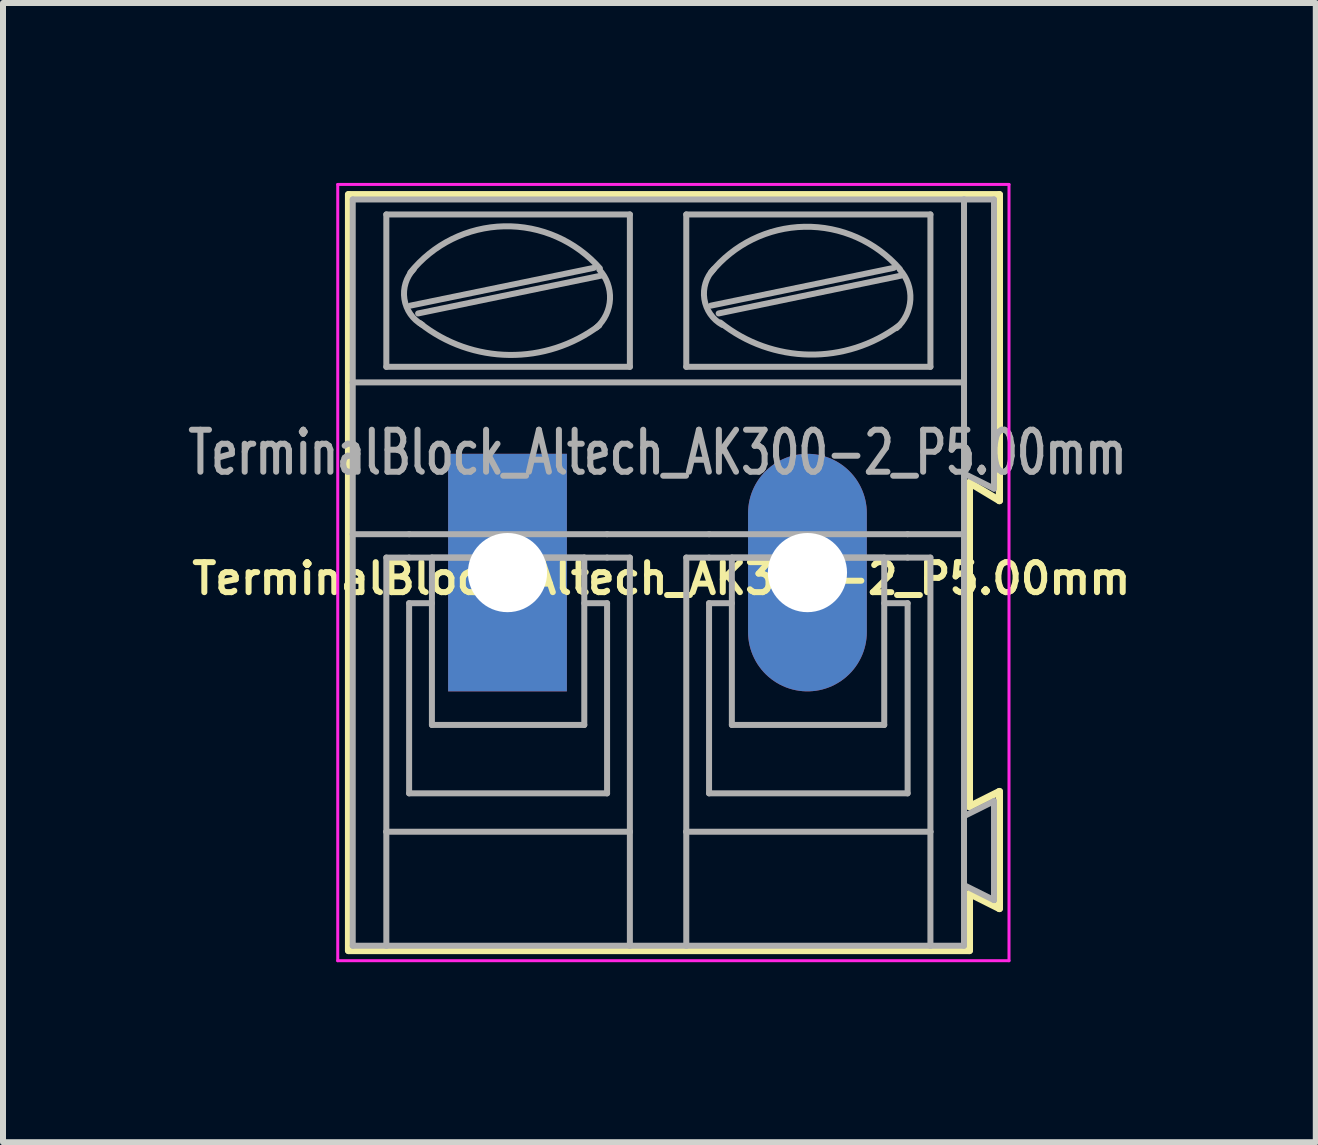
<source format=kicad_pcb>
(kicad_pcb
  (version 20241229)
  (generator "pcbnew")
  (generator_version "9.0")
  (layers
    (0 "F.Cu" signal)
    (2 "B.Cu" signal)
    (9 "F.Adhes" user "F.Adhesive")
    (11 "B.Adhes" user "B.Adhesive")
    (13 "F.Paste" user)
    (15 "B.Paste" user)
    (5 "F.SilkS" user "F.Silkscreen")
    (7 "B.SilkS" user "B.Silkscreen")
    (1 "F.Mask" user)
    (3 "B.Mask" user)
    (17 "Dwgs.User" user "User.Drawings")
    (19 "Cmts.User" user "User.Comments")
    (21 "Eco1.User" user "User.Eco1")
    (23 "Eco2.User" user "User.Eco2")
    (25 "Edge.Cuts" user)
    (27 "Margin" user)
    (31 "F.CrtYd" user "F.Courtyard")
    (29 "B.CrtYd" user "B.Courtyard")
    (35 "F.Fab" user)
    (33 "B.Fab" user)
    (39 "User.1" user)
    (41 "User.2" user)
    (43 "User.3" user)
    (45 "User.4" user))
  (footprint "TerminalBlock_Altech_AK300-2_P5.00mm"
    (layer "F.Cu")
    (at 5.41 6.495)
    (property "Reference" "TerminalBlock_Altech_AK300-2_P5.00mm" (at 2.565 0.1 0) (layer "F.SilkS") (effects (font (size 0.5 0.5) (thickness 0.1))))
    (attr through_hole)
    (fp_line (start -2.65 -6.3) (end -2.65 6.3) (stroke (width 0.12) (type solid)) (layer "F.SilkS"))
    (fp_line (start -2.65 6.3) (end 7.7 6.3) (stroke (width 0.12) (type solid)) (layer "F.SilkS"))
    (fp_line (start 7.7 -1.5) (end 8.2 -1.2) (stroke (width 0.12) (type solid)) (layer "F.SilkS"))
    (fp_line (start 7.7 3.9) (end 7.7 -1.5) (stroke (width 0.12) (type solid)) (layer "F.SilkS"))
    (fp_line (start 7.7 5.35) (end 8.2 5.6) (stroke (width 0.12) (type solid)) (layer "F.SilkS"))
    (fp_line (start 7.7 6.3) (end 7.7 5.35) (stroke (width 0.12) (type solid)) (layer "F.SilkS"))
    (fp_line (start 8.2 -6.3) (end -2.65 -6.3) (stroke (width 0.12) (type solid)) (layer "F.SilkS"))
    (fp_line (start 8.2 -1.2) (end 8.2 -6.3) (stroke (width 0.12) (type solid)) (layer "F.SilkS"))
    (fp_line (start 8.2 3.65) (end 7.7 3.9) (stroke (width 0.12) (type solid)) (layer "F.SilkS"))
    (fp_line (start 8.2 3.7) (end 8.2 3.65) (stroke (width 0.12) (type solid)) (layer "F.SilkS"))
    (fp_line (start 8.2 5.6) (end 8.2 3.7) (stroke (width 0.12) (type solid)) (layer "F.SilkS"))
    (fp_line (start -2.83 -6.47) (end -2.83 6.47) (stroke (width 0.05) (type solid)) (layer "F.CrtYd"))
    (fp_line (start -2.83 -6.47) (end 8.36 -6.47) (stroke (width 0.05) (type solid)) (layer "F.CrtYd"))
    (fp_line (start 8.36 6.47) (end -2.83 6.47) (stroke (width 0.05) (type solid)) (layer "F.CrtYd"))
    (fp_line (start 8.36 6.47) (end 8.36 -6.47) (stroke (width 0.05) (type solid)) (layer "F.CrtYd"))
    (fp_line (start -2.58 -3.17) (end -2.58 -6.22) (stroke (width 0.1) (type solid)) (layer "F.Fab"))
    (fp_line (start -2.58 -3.17) (end 7.61 -3.17) (stroke (width 0.1) (type solid)) (layer "F.Fab"))
    (fp_line (start -2.58 -0.64) (end -2.58 -3.17) (stroke (width 0.1) (type solid)) (layer "F.Fab"))
    (fp_line (start -2.58 -0.64) (end -1.64 -0.64) (stroke (width 0.1) (type solid)) (layer "F.Fab"))
    (fp_line (start -2.58 6.22) (end -2.58 -0.64) (stroke (width 0.1) (type solid)) (layer "F.Fab"))
    (fp_line (start -2.58 6.22) (end -2.02 6.22) (stroke (width 0.1) (type solid)) (layer "F.Fab"))
    (fp_line (start -2.02 -3.43) (end -2.02 -5.97) (stroke (width 0.1) (type solid)) (layer "F.Fab"))
    (fp_line (start -2.02 -0.25) (end -2.02 4.32) (stroke (width 0.1) (type solid)) (layer "F.Fab"))
    (fp_line (start -2.02 -0.25) (end -1.64 -0.25) (stroke (width 0.1) (type solid)) (layer "F.Fab"))
    (fp_line (start -2.02 4.32) (end -2.02 6.22) (stroke (width 0.1) (type solid)) (layer "F.Fab"))
    (fp_line (start -2.02 6.22) (end 2.04 6.22) (stroke (width 0.1) (type solid)) (layer "F.Fab"))
    (fp_line (start -1.64 -0.64) (end 1.66 -0.64) (stroke (width 0.1) (type solid)) (layer "F.Fab"))
    (fp_line (start -1.64 0.51) (end -1.26 0.51) (stroke (width 0.1) (type solid)) (layer "F.Fab"))
    (fp_line (start -1.64 3.68) (end -1.64 0.51) (stroke (width 0.1) (type solid)) (layer "F.Fab"))
    (fp_line (start -1.62 -4.45) (end 1.44 -5.08) (stroke (width 0.1) (type solid)) (layer "F.Fab"))
    (fp_line (start -1.49 -4.32) (end 1.56 -4.95) (stroke (width 0.1) (type solid)) (layer "F.Fab"))
    (fp_line (start -1.26 -0.25) (end 1.28 -0.25) (stroke (width 0.1) (type solid)) (layer "F.Fab"))
    (fp_line (start -1.26 2.54) (end -1.26 -0.25) (stroke (width 0.1) (type solid)) (layer "F.Fab"))
    (fp_line (start -1.26 2.54) (end 1.28 2.54) (stroke (width 0.1) (type solid)) (layer "F.Fab"))
    (fp_line (start 1.28 2.54) (end 1.28 -0.25) (stroke (width 0.1) (type solid)) (layer "F.Fab"))
    (fp_line (start 1.66 -0.64) (end 3.36 -0.64) (stroke (width 0.1) (type solid)) (layer "F.Fab"))
    (fp_line (start 1.66 -0.25) (end -1.64 -0.25) (stroke (width 0.1) (type solid)) (layer "F.Fab"))
    (fp_line (start 1.66 0.51) (end 1.28 0.51) (stroke (width 0.1) (type solid)) (layer "F.Fab"))
    (fp_line (start 1.66 3.68) (end -1.64 3.68) (stroke (width 0.1) (type solid)) (layer "F.Fab"))
    (fp_line (start 1.66 3.68) (end 1.66 0.51) (stroke (width 0.1) (type solid)) (layer "F.Fab"))
    (fp_line (start 2.04 -5.97) (end -2.02 -5.97) (stroke (width 0.1) (type solid)) (layer "F.Fab"))
    (fp_line (start 2.04 -3.43) (end -2.02 -3.43) (stroke (width 0.1) (type solid)) (layer "F.Fab"))
    (fp_line (start 2.04 -3.43) (end 2.04 -5.97) (stroke (width 0.1) (type solid)) (layer "F.Fab"))
    (fp_line (start 2.04 -0.25) (end 1.66 -0.25) (stroke (width 0.1) (type solid)) (layer "F.Fab"))
    (fp_line (start 2.04 4.32) (end -2.02 4.32) (stroke (width 0.1) (type solid)) (layer "F.Fab"))
    (fp_line (start 2.04 4.32) (end 2.04 -0.25) (stroke (width 0.1) (type solid)) (layer "F.Fab"))
    (fp_line (start 2.04 6.22) (end 2.04 4.32) (stroke (width 0.1) (type solid)) (layer "F.Fab"))
    (fp_line (start 2.04 6.22) (end 2.98 6.22) (stroke (width 0.1) (type solid)) (layer "F.Fab"))
    (fp_line (start 2.98 -5.97) (end 7.05 -5.97) (stroke (width 0.1) (type solid)) (layer "F.Fab"))
    (fp_line (start 2.98 -3.43) (end 2.98 -5.97) (stroke (width 0.1) (type solid)) (layer "F.Fab"))
    (fp_line (start 2.98 -0.25) (end 3.36 -0.25) (stroke (width 0.1) (type solid)) (layer "F.Fab"))
    (fp_line (start 2.98 4.32) (end 2.98 -0.25) (stroke (width 0.1) (type solid)) (layer "F.Fab"))
    (fp_line (start 2.98 4.32) (end 7.05 4.32) (stroke (width 0.1) (type solid)) (layer "F.Fab"))
    (fp_line (start 2.98 6.22) (end 2.98 4.32) (stroke (width 0.1) (type solid)) (layer "F.Fab"))
    (fp_line (start 2.98 6.22) (end 7.05 6.22) (stroke (width 0.1) (type solid)) (layer "F.Fab"))
    (fp_line (start 3.36 -0.25) (end 6.67 -0.25) (stroke (width 0.1) (type solid)) (layer "F.Fab"))
    (fp_line (start 3.36 0.51) (end 3.74 0.51) (stroke (width 0.1) (type solid)) (layer "F.Fab"))
    (fp_line (start 3.36 3.68) (end 3.36 0.51) (stroke (width 0.1) (type solid)) (layer "F.Fab"))
    (fp_line (start 3.39 -4.45) (end 6.44 -5.08) (stroke (width 0.1) (type solid)) (layer "F.Fab"))
    (fp_line (start 3.52 -4.32) (end 6.56 -4.95) (stroke (width 0.1) (type solid)) (layer "F.Fab"))
    (fp_line (start 3.74 -0.25) (end 6.28 -0.25) (stroke (width 0.1) (type solid)) (layer "F.Fab"))
    (fp_line (start 3.74 2.54) (end 3.74 -0.25) (stroke (width 0.1) (type solid)) (layer "F.Fab"))
    (fp_line (start 3.74 2.54) (end 6.28 2.54) (stroke (width 0.1) (type solid)) (layer "F.Fab"))
    (fp_line (start 6.28 2.54) (end 6.28 -0.25) (stroke (width 0.1) (type solid)) (layer "F.Fab"))
    (fp_line (start 6.67 -0.64) (end 3.36 -0.64) (stroke (width 0.1) (type solid)) (layer "F.Fab"))
    (fp_line (start 6.67 0.51) (end 6.28 0.51) (stroke (width 0.1) (type solid)) (layer "F.Fab"))
    (fp_line (start 6.67 3.68) (end 3.36 3.68) (stroke (width 0.1) (type solid)) (layer "F.Fab"))
    (fp_line (start 6.67 3.68) (end 6.67 0.51) (stroke (width 0.1) (type solid)) (layer "F.Fab"))
    (fp_line (start 7.05 -5.97) (end 7.05 -3.43) (stroke (width 0.1) (type solid)) (layer "F.Fab"))
    (fp_line (start 7.05 -3.43) (end 2.98 -3.43) (stroke (width 0.1) (type solid)) (layer "F.Fab"))
    (fp_line (start 7.05 -0.25) (end 6.67 -0.25) (stroke (width 0.1) (type solid)) (layer "F.Fab"))
    (fp_line (start 7.05 -0.25) (end 7.05 4.32) (stroke (width 0.1) (type solid)) (layer "F.Fab"))
    (fp_line (start 7.05 4.32) (end 7.05 6.22) (stroke (width 0.1) (type solid)) (layer "F.Fab"))
    (fp_line (start 7.05 6.22) (end 7.61 6.22) (stroke (width 0.1) (type solid)) (layer "F.Fab"))
    (fp_line (start 7.61 -6.22) (end -2.58 -6.22) (stroke (width 0.1) (type solid)) (layer "F.Fab"))
    (fp_line (start 7.61 -6.22) (end 7.61 -3.17) (stroke (width 0.1) (type solid)) (layer "F.Fab"))
    (fp_line (start 7.61 -6.22) (end 8.11 -6.22) (stroke (width 0.1) (type solid)) (layer "F.Fab"))
    (fp_line (start 7.61 -3.17) (end 7.61 -1.65) (stroke (width 0.1) (type solid)) (layer "F.Fab"))
    (fp_line (start 7.61 -1.65) (end 7.61 -0.64) (stroke (width 0.1) (type solid)) (layer "F.Fab"))
    (fp_line (start 7.61 -0.64) (end 6.67 -0.64) (stroke (width 0.1) (type solid)) (layer "F.Fab"))
    (fp_line (start 7.61 -0.64) (end 7.61 4.06) (stroke (width 0.1) (type solid)) (layer "F.Fab"))
    (fp_line (start 7.61 4.06) (end 7.61 5.21) (stroke (width 0.1) (type solid)) (layer "F.Fab"))
    (fp_line (start 7.61 5.21) (end 7.61 6.22) (stroke (width 0.1) (type solid)) (layer "F.Fab"))
    (fp_line (start 8.11 -6.22) (end 8.11 -1.4) (stroke (width 0.1) (type solid)) (layer "F.Fab"))
    (fp_line (start 8.11 -1.4) (end 7.61 -1.65) (stroke (width 0.1) (type solid)) (layer "F.Fab"))
    (fp_line (start 8.11 3.81) (end 7.61 4.06) (stroke (width 0.1) (type solid)) (layer "F.Fab"))
    (fp_line (start 8.11 3.81) (end 8.11 5.46) (stroke (width 0.1) (type solid)) (layer "F.Fab"))
    (fp_line (start 8.11 5.46) (end 7.61 5.21) (stroke (width 0.1) (type solid)) (layer "F.Fab"))
    (fp_arc (start -1.62 -5) (mid -0.05669 -5.772528) (end 1.539976 -5.071534) (stroke (width 0.1) (type solid)) (layer "F.Fab"))
    (fp_arc (start -1.42 -4.13) (mid -1.718466 -4.559406) (end -1.562972 -5.058699) (stroke (width 0.1) (type solid)) (layer "F.Fab"))
    (fp_arc (start 1.53 -5.05) (mid 1.708693 -4.558754) (end 1.485619 -4.086005) (stroke (width 0.1) (type solid)) (layer "F.Fab"))
    (fp_arc (start 1.53 -4.12) (mid 0.02849 -3.628196) (end -1.459829 -4.158582) (stroke (width 0.1) (type solid)) (layer "F.Fab"))
    (fp_arc (start 3.39 -5) (mid 4.949737 -5.764867) (end 6.538239 -5.061686) (stroke (width 0.1) (type solid)) (layer "F.Fab"))
    (fp_arc (start 3.58 -4.13) (mid 3.281534 -4.559406) (end 3.437028 -5.058699) (stroke (width 0.1) (type solid)) (layer "F.Fab"))
    (fp_arc (start 6.53 -4.12) (mid 5.030583 -3.634318) (end 3.547667 -4.168263) (stroke (width 0.1) (type solid)) (layer "F.Fab"))
    (fp_arc (start 6.54 -5.05) (mid 6.715733 -4.551652) (end 6.485532 -4.076005) (stroke (width 0.1) (type solid)) (layer "F.Fab"))
    (fp_text user "${REFERENCE}" (at 2.5 -2 0) (layer "F.Fab") (effects (font (size 0.7 0.5) (thickness 0.1))))
    (pad "1" thru_hole rect (at 0 0) (size 1.98 3.96) (drill 1.32) (layers "*.Cu" "*.Mask"))
    (pad "2" thru_hole oval (at 5 0) (size 1.98 3.96) (drill 1.32) (layers "*.Cu" "*.Mask")))
  (gr_rect
    (start -3 -3)
    (end 18.884 15.99)
    (stroke (width 0.1) (type default))
    (fill no)
    (layer "Edge.Cuts")))
</source>
